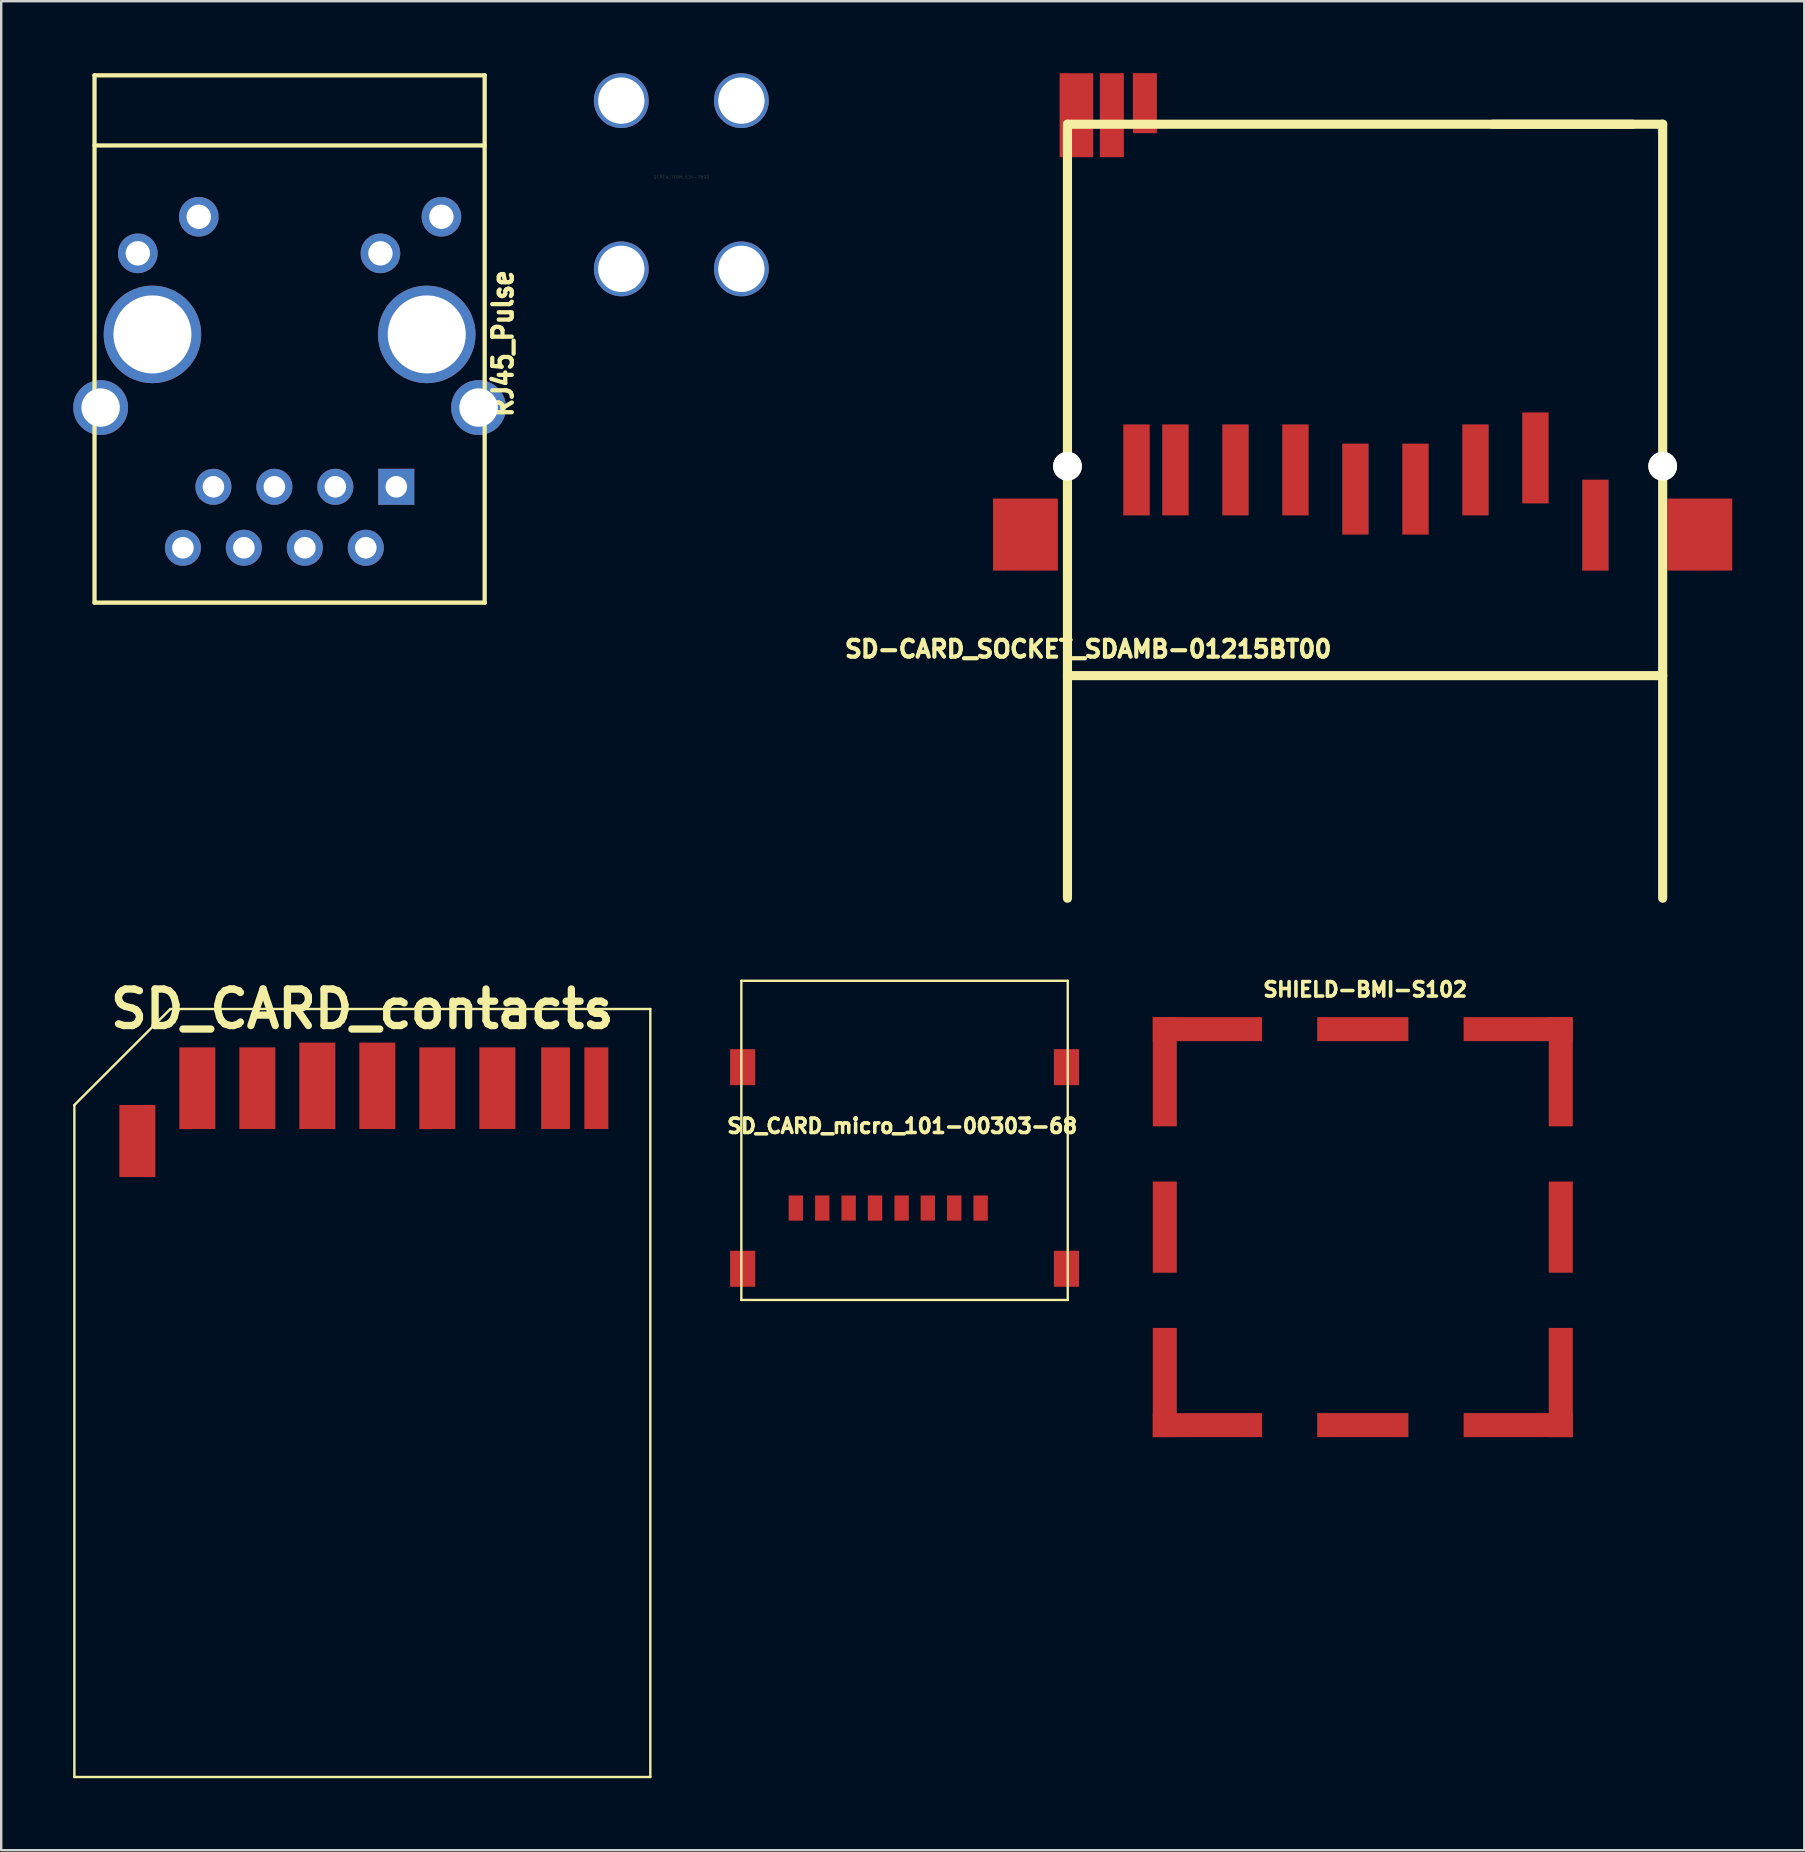
<source format=kicad_pcb>
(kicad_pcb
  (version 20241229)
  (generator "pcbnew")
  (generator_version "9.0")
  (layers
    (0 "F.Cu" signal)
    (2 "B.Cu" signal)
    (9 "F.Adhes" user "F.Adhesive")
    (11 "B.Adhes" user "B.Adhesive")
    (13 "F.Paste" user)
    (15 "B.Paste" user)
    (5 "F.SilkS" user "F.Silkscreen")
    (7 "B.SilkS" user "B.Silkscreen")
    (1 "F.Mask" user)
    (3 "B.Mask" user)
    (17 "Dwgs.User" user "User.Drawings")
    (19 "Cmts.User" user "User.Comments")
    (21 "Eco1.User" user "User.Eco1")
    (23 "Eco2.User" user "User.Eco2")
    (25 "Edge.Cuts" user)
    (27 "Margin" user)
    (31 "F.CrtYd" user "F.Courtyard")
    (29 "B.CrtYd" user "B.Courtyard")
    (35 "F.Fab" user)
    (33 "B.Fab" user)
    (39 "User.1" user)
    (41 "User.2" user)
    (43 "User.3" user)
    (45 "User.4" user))
  (footprint "SCREW_TERM_534-7693"
    (layer "F.Cu")
    (at 25.339 4.648)
    (property "Reference" "SCREW_TERM_534-7693" (at 0 -0.318 0) (layer "F.SilkS") (effects (font (size 0.127 0.127) (thickness 0.003))))
    (attr through_hole)
    (pad "1" thru_hole circle (at -2.502 -3.505) (size 2.286 2.286) (drill 1.93) (layers "*.Cu"))
    (pad "1" thru_hole circle (at -2.502 3.505) (size 2.286 2.286) (drill 1.93) (layers "*.Cu"))
    (pad "1" thru_hole circle (at 2.502 -3.505) (size 2.286 2.286) (drill 1.93) (layers "*.Cu"))
    (pad "1" thru_hole circle (at 2.502 3.505) (size 2.286 2.286) (drill 1.93) (layers "*.Cu")))
  (footprint "RJ45_Pulse"
    (layer "F.Cu")
    (at 9.017 10.884)
    (property "Reference" "RJ45_Pulse" (at 8.89 0.381 270) (layer "F.SilkS") (effects (font (size 0.813 0.711) (thickness 0.178))))
    (attr through_hole)
    (fp_line (start -8.128 -7.874) (end 8.128 -7.874) (stroke (width 0.178) (type solid)) (layer "F.SilkS"))
    (fp_line (start -8.128 11.176) (end -8.128 -10.795) (stroke (width 0.178) (type solid)) (layer "F.SilkS"))
    (fp_line (start -8.128 11.176) (end 8.128 11.176) (stroke (width 0.178) (type solid)) (layer "F.SilkS"))
    (fp_line (start 8.128 -10.795) (end -8.128 -10.795) (stroke (width 0.178) (type solid)) (layer "F.SilkS"))
    (fp_line (start 8.128 11.176) (end 8.128 -10.795) (stroke (width 0.178) (type solid)) (layer "F.SilkS"))
    (pad "1" thru_hole rect (at 4.445 6.35 180) (size 1.501 1.501) (drill 0.899) (layers "*.Cu" "*.Mask"))
    (pad "2" thru_hole circle (at 3.175 8.89 180) (size 1.501 1.501) (drill 0.899) (layers "*.Cu" "*.Mask"))
    (pad "3" thru_hole circle (at 1.905 6.35 180) (size 1.501 1.501) (drill 0.899) (layers "*.Cu" "*.Mask"))
    (pad "4" thru_hole circle (at 0.635 8.89 180) (size 1.501 1.501) (drill 0.899) (layers "*.Cu" "*.Mask"))
    (pad "5" thru_hole circle (at -0.635 6.35 180) (size 1.501 1.501) (drill 0.899) (layers "*.Cu" "*.Mask"))
    (pad "6" thru_hole circle (at -1.905 8.89 180) (size 1.501 1.501) (drill 0.899) (layers "*.Cu" "*.Mask"))
    (pad "7" thru_hole circle (at -3.175 6.35 180) (size 1.501 1.501) (drill 0.899) (layers "*.Cu" "*.Mask"))
    (pad "8" thru_hole circle (at -4.445 8.89 180) (size 1.501 1.501) (drill 0.899) (layers "*.Cu" "*.Mask"))
    (pad "9" thru_hole circle (at 6.325 -4.902 180) (size 1.651 1.651) (drill 1.016) (layers "*.Cu" "*.Mask"))
    (pad "10" thru_hole circle (at 3.785 -3.378 180) (size 1.651 1.651) (drill 1.016) (layers "*.Cu" "*.Mask"))
    (pad "11" thru_hole circle (at -3.785 -4.902 180) (size 1.651 1.651) (drill 1.016) (layers "*.Cu" "*.Mask"))
    (pad "12" thru_hole circle (at -6.325 -3.378 180) (size 1.651 1.651) (drill 1.016) (layers "*.Cu" "*.Mask"))
    (pad "13" thru_hole circle (at -7.874 3.048 180) (size 2.286 2.286) (drill 1.6) (layers "*.Cu" "*.Mask"))
    (pad "13" thru_hole circle (at -5.715 0 180) (size 4.064 4.064) (drill 3.251) (layers "*.Cu" "*.Mask"))
    (pad "13" thru_hole circle (at 5.715 0 180) (size 4.064 4.064) (drill 3.251) (layers "*.Cu" "*.Mask"))
    (pad "13" thru_hole circle (at 7.874 3.048 180) (size 2.286 2.286) (drill 1.6) (layers "*.Cu" "*.Mask")))
  (footprint "SHIELD-BMI-S102"
    (layer "F.Cu")
    (at 53.734 48.081)
    (property "Reference" "SHIELD-BMI-S102" (at 0.1 -9.9 0) (layer "F.SilkS") (effects (font (size 0.6 0.6) (thickness 0.15))))
    (attr through_hole)
    (pad "1" smd rect (at -8.25 -6.475 90) (size 4.55 1) (layers "F.Cu" "F.Mask" "F.Paste"))
    (pad "1" smd rect (at -8.25 0 90) (size 3.8 1) (layers "F.Cu" "F.Mask" "F.Paste"))
    (pad "1" smd rect (at -8.25 6.475 90) (size 4.55 1) (layers "F.Cu" "F.Mask" "F.Paste"))
    (pad "1" smd rect (at -6.475 -8.25) (size 4.55 1) (layers "F.Cu" "F.Mask" "F.Paste"))
    (pad "1" smd rect (at -6.475 8.25) (size 4.55 1) (layers "F.Cu" "F.Mask" "F.Paste"))
    (pad "1" smd rect (at 0 -8.25) (size 3.8 1) (layers "F.Cu" "F.Mask" "F.Paste"))
    (pad "1" smd rect (at 0 8.25) (size 3.8 1) (layers "F.Cu" "F.Mask" "F.Paste"))
    (pad "1" smd rect (at 6.475 -8.25) (size 4.55 1) (layers "F.Cu" "F.Mask" "F.Paste"))
    (pad "1" smd rect (at 6.475 8.25) (size 4.55 1) (layers "F.Cu" "F.Mask" "F.Paste"))
    (pad "1" smd rect (at 8.25 -6.475 90) (size 4.55 1) (layers "F.Cu" "F.Mask" "F.Paste"))
    (pad "1" smd rect (at 8.25 0 90) (size 3.8 1) (layers "F.Cu" "F.Mask" "F.Paste"))
    (pad "1" smd rect (at 8.25 6.475 90) (size 4.55 1) (layers "F.Cu" "F.Mask" "F.Paste")))
  (footprint "SD-CARD_SOCKET_SDAMB-01215BT00"
    (layer "F.Cu")
    (at 50.928 16.375)
    (property "Reference" "SD-CARD_SOCKET_SDAMB-01215BT00" (at -8.636 7.62 0) (layer "F.SilkS") (effects (font (size 0.701 0.701) (thickness 0.175))))
    (attr through_hole)
    (fp_line (start -9.5 -14.249) (end -9.5 0) (stroke (width 0.381) (type solid)) (layer "F.SilkS"))
    (fp_line (start -9.5 18.001) (end -9.5 0) (stroke (width 0.381) (type solid)) (layer "F.SilkS"))
    (fp_line (start 14.049 -14.249) (end 8.225 -14.249) (stroke (width 0.381) (type solid)) (layer "F.SilkS"))
    (fp_line (start 15.301 -14.249) (end -9.5 -14.249) (stroke (width 0.381) (type solid)) (layer "F.SilkS"))
    (fp_line (start 15.301 -14.249) (end 15.301 0) (stroke (width 0.381) (type solid)) (layer "F.SilkS"))
    (fp_line (start 15.301 0) (end 15.301 18.001) (stroke (width 0.381) (type solid)) (layer "F.SilkS"))
    (fp_line (start 15.301 8.727) (end -9.5 8.727) (stroke (width 0.381) (type solid)) (layer "F.SilkS"))
    (pad "" smd rect (at -11.25 2.85) (size 2.7 3) (layers "F.Cu" "F.Mask" "F.Paste"))
    (pad "" np_thru_hole circle (at -9.5 0) (size 1.199 1.199) (drill 1.199) (layers "*.Cu" "*.Mask" "F.SilkS"))
    (pad "" smd rect (at -9.126 -14.625) (size 1.4 3.5) (layers "F.Cu" "F.Mask" "F.Paste"))
    (pad "" smd rect (at -7.65 -14.625) (size 1.001 3.5) (layers "F.Cu" "F.Mask" "F.Paste"))
    (pad "" smd rect (at -6.274 -15.126) (size 1.001 2.499) (layers "F.Cu" "F.Mask" "F.Paste"))
    (pad "" np_thru_hole circle (at 15.301 0) (size 1.199 1.199) (drill 1.199) (layers "*.Cu" "*.Mask" "F.SilkS"))
    (pad "" smd rect (at 16.85 2.85) (size 2.7 3) (layers "F.Cu" "F.Mask" "F.Paste"))
    (pad "1" smd rect (at 10 -0.345) (size 1.1 3.79) (layers "F.Cu" "F.Mask" "F.Paste"))
    (pad "2" smd rect (at 7.501 0.155) (size 1.1 3.79) (layers "F.Cu" "F.Mask" "F.Paste"))
    (pad "3" smd rect (at 5.001 0.955) (size 1.1 3.79) (layers "F.Cu" "F.Mask" "F.Paste"))
    (pad "4" smd rect (at 2.499 0.955) (size 1.1 3.79) (layers "F.Cu" "F.Mask" "F.Paste"))
    (pad "5" smd rect (at 0 0.155) (size 1.1 3.79) (layers "F.Cu" "F.Mask" "F.Paste"))
    (pad "6" smd rect (at -2.499 0.155) (size 1.1 3.79) (layers "F.Cu" "F.Mask" "F.Paste"))
    (pad "7" smd rect (at -5.001 0.155) (size 1.1 3.79) (layers "F.Cu" "F.Mask" "F.Paste"))
    (pad "8" smd rect (at -6.624 0.155) (size 1.1 3.79) (layers "F.Cu" "F.Mask" "F.Paste"))
    (pad "9" smd rect (at 12.499 2.456) (size 1.1 3.79) (layers "F.Cu" "F.Mask" "F.Paste")))
  (footprint "SD_CARD_micro_101-00303-68"
    (layer "F.Cu")
    (at 34.64 37.817)
    (property "Reference" "SD_CARD_micro_101-00303-68" (at -0.099 6.05 0) (layer "F.SilkS") (effects (font (size 0.599 0.599) (thickness 0.15))))
    (attr through_hole)
    (fp_line (start -6.8 0) (end 6.8 0) (stroke (width 0.099) (type solid)) (layer "F.SilkS"))
    (fp_line (start -6.8 13.299) (end -6.8 0) (stroke (width 0.099) (type solid)) (layer "F.SilkS"))
    (fp_line (start 6.8 0) (end 6.8 13.299) (stroke (width 0.099) (type solid)) (layer "F.SilkS"))
    (fp_line (start 6.8 13.299) (end -6.8 13.299) (stroke (width 0.099) (type solid)) (layer "F.SilkS"))
    (pad "1" smd rect (at 3.17 9.469) (size 0.599 1.049) (layers "F.Cu" "F.Mask" "F.Paste"))
    (pad "2" smd rect (at 2.07 9.469) (size 0.599 1.049) (layers "F.Cu" "F.Mask" "F.Paste"))
    (pad "3" smd rect (at 0.97 9.469) (size 0.599 1.049) (layers "F.Cu" "F.Mask" "F.Paste"))
    (pad "4" smd rect (at -0.122 9.469) (size 0.599 1.049) (layers "F.Cu" "F.Mask" "F.Paste"))
    (pad "5" smd rect (at -1.229 9.469) (size 0.599 1.049) (layers "F.Cu" "F.Mask" "F.Paste"))
    (pad "6" smd rect (at -2.329 9.469) (size 0.599 1.049) (layers "F.Cu" "F.Mask" "F.Paste"))
    (pad "7" smd rect (at -3.429 9.469) (size 0.599 1.049) (layers "F.Cu" "F.Mask" "F.Paste"))
    (pad "8" smd rect (at -4.529 9.469) (size 0.599 1.049) (layers "F.Cu" "F.Mask" "F.Paste"))
    (pad "9" smd rect (at 6.746 11.999) (size 1.049 1.501) (layers "F.Cu" "F.Mask" "F.Paste"))
    (pad "10" smd rect (at 6.746 3.599) (size 1.049 1.501) (layers "F.Cu" "F.Mask" "F.Paste"))
    (pad "11" smd rect (at -6.746 3.599) (size 1.049 1.501) (layers "F.Cu" "F.Mask" "F.Paste"))
    (pad "12" smd rect (at -6.746 11.999) (size 1.049 1.501) (layers "F.Cu" "F.Mask" "F.Paste")))
  (footprint "SD_CARD_contacts"
    (layer "F.Cu")
    (at 12.048 38.993)
    (property "Reference" "SD_CARD_contacts" (at 0 0 0) (layer "F.SilkS") (effects (font (size 1.524 1.524) (thickness 0.305))))
    (attr through_hole)
    (fp_line (start -11.999 4) (end -11.999 31.999) (stroke (width 0.099) (type solid)) (layer "F.SilkS"))
    (fp_line (start -11.999 31.999) (end 11.999 31.999) (stroke (width 0.099) (type solid)) (layer "F.SilkS"))
    (fp_line (start -8.001 0) (end -11.999 4) (stroke (width 0.099) (type solid)) (layer "F.SilkS"))
    (fp_line (start 11.999 0) (end -8.001 0) (stroke (width 0.099) (type solid)) (layer "F.SilkS"))
    (fp_line (start 11.999 31.999) (end 11.999 0) (stroke (width 0.099) (type solid)) (layer "F.SilkS"))
    (pad "1" connect rect (at -6.876 3.299) (size 1.501 3.401) (layers "F.Cu" "F.Mask"))
    (pad "2" connect rect (at -4.374 3.299) (size 1.501 3.401) (layers "F.Cu" "F.Mask"))
    (pad "3" connect rect (at -1.875 3.2) (size 1.501 3.599) (layers "F.Cu" "F.Mask"))
    (pad "4" connect rect (at 0.625 3.2) (size 1.501 3.599) (layers "F.Cu" "F.Mask"))
    (pad "5" connect rect (at 3.124 3.299) (size 1.501 3.401) (layers "F.Cu" "F.Mask"))
    (pad "6" connect rect (at 5.626 3.299) (size 1.501 3.401) (layers "F.Cu" "F.Mask"))
    (pad "7" connect rect (at 8.049 3.299) (size 1.199 3.401) (layers "F.Cu" "F.Mask"))
    (pad "8" connect rect (at 9.751 3.299) (size 1.001 3.401) (layers "F.Cu" "F.Mask"))
    (pad "9" connect rect (at -9.375 5.499) (size 1.501 3) (layers "F.Cu" "F.Mask")))
  (gr_rect
    (start -3 -3)
    (end 72.128 74.042)
    (stroke (width 0.1) (type default))
    (fill no)
    (layer "Edge.Cuts")))
</source>
